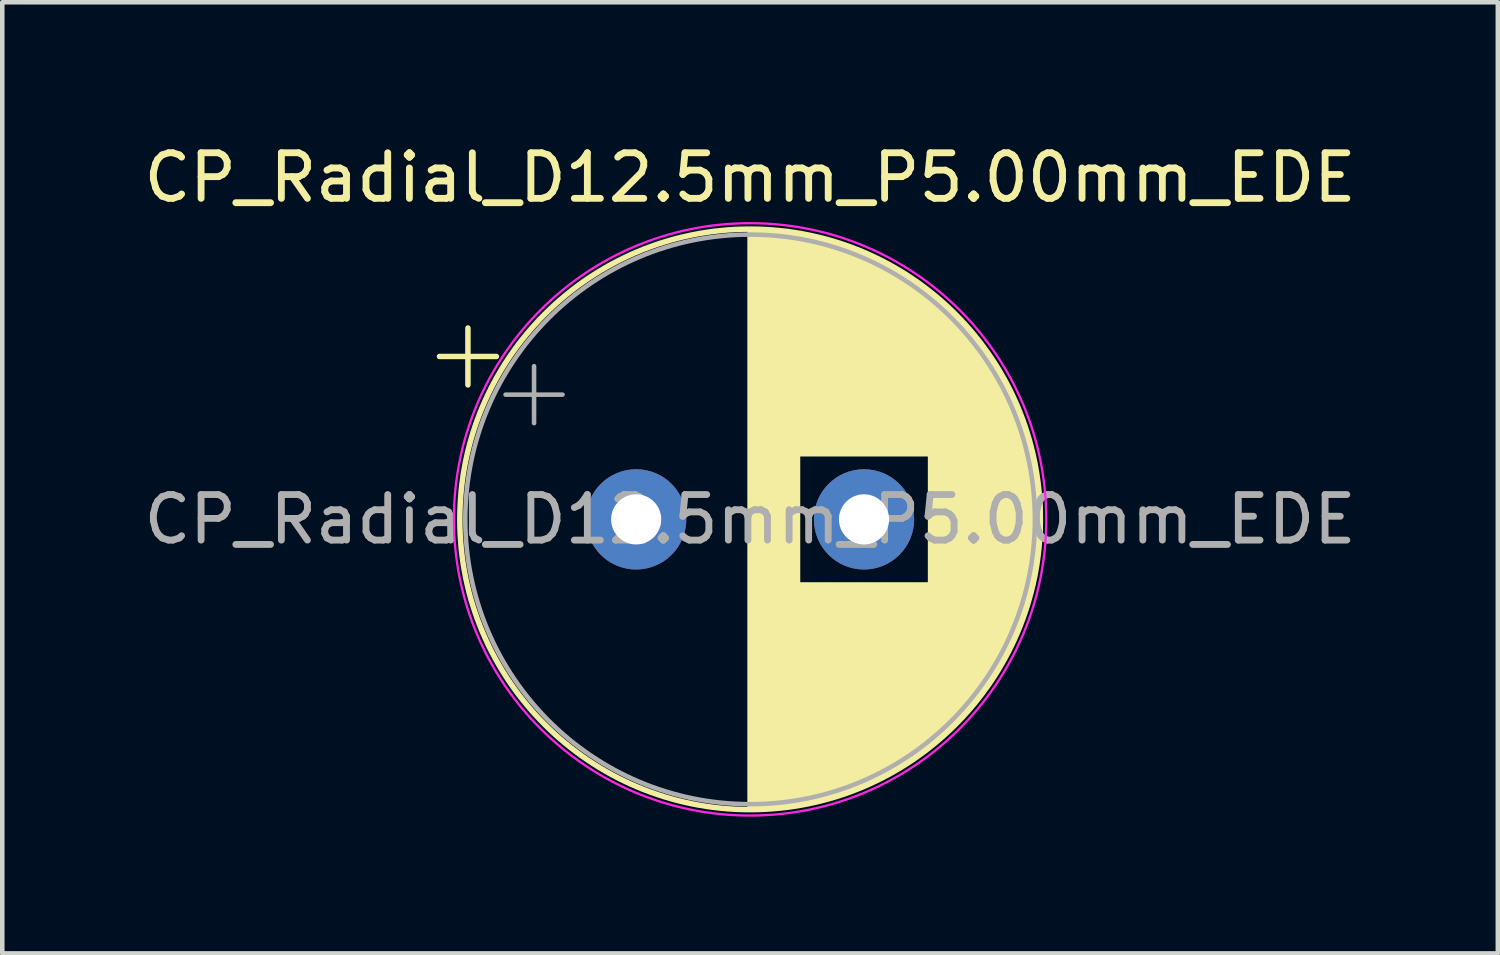
<source format=kicad_pcb>
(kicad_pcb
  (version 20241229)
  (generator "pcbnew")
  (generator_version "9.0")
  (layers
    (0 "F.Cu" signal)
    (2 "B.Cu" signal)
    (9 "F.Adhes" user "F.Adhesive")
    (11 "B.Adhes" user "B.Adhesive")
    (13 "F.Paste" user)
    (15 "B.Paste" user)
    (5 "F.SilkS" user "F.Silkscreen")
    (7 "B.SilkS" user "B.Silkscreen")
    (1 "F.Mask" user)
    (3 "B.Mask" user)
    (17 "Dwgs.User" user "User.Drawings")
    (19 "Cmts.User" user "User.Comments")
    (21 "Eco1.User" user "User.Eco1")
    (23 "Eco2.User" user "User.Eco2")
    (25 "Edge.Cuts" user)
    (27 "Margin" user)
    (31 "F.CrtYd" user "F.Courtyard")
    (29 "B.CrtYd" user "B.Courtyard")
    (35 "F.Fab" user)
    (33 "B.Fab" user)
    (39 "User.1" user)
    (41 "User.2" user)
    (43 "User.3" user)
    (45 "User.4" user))
  (footprint "CP_Radial_D12.5mm_P5.00mm_EDE"
    (layer "F.Cu")
    (at 10.911 8.348)
    (property "Reference" "CP_Radial_D12.5mm_P5.00mm_EDE" (at 2.5 -7.5 0) (layer "F.SilkS") (effects (font (size 1 1) (thickness 0.15))))
    (attr through_hole)
    (fp_line (start -4.317 -3.575) (end -3.067 -3.575) (stroke (width 0.12) (type solid)) (layer "F.SilkS"))
    (fp_line (start -3.692 -4.2) (end -3.692 -2.95) (stroke (width 0.12) (type solid)) (layer "F.SilkS"))
    (fp_line (start 2.5 -6.33) (end 2.5 6.33) (stroke (width 0.12) (type solid)) (layer "F.SilkS"))
    (fp_line (start 2.54 -6.33) (end 2.54 6.33) (stroke (width 0.12) (type solid)) (layer "F.SilkS"))
    (fp_line (start 2.58 -6.33) (end 2.58 6.33) (stroke (width 0.12) (type solid)) (layer "F.SilkS"))
    (fp_line (start 2.62 -6.329) (end 2.62 6.329) (stroke (width 0.12) (type solid)) (layer "F.SilkS"))
    (fp_line (start 2.66 -6.328) (end 2.66 6.328) (stroke (width 0.12) (type solid)) (layer "F.SilkS"))
    (fp_line (start 2.7 -6.327) (end 2.7 6.327) (stroke (width 0.12) (type solid)) (layer "F.SilkS"))
    (fp_line (start 2.74 -6.326) (end 2.74 6.326) (stroke (width 0.12) (type solid)) (layer "F.SilkS"))
    (fp_line (start 2.78 -6.324) (end 2.78 6.324) (stroke (width 0.12) (type solid)) (layer "F.SilkS"))
    (fp_line (start 2.82 -6.322) (end 2.82 6.322) (stroke (width 0.12) (type solid)) (layer "F.SilkS"))
    (fp_line (start 2.86 -6.32) (end 2.86 6.32) (stroke (width 0.12) (type solid)) (layer "F.SilkS"))
    (fp_line (start 2.9 -6.318) (end 2.9 6.318) (stroke (width 0.12) (type solid)) (layer "F.SilkS"))
    (fp_line (start 2.94 -6.315) (end 2.94 6.315) (stroke (width 0.12) (type solid)) (layer "F.SilkS"))
    (fp_line (start 2.98 -6.312) (end 2.98 6.312) (stroke (width 0.12) (type solid)) (layer "F.SilkS"))
    (fp_line (start 3.02 -6.309) (end 3.02 6.309) (stroke (width 0.12) (type solid)) (layer "F.SilkS"))
    (fp_line (start 3.06 -6.306) (end 3.06 6.306) (stroke (width 0.12) (type solid)) (layer "F.SilkS"))
    (fp_line (start 3.1 -6.302) (end 3.1 6.302) (stroke (width 0.12) (type solid)) (layer "F.SilkS"))
    (fp_line (start 3.14 -6.298) (end 3.14 6.298) (stroke (width 0.12) (type solid)) (layer "F.SilkS"))
    (fp_line (start 3.18 -6.294) (end 3.18 6.294) (stroke (width 0.12) (type solid)) (layer "F.SilkS"))
    (fp_line (start 3.221 -6.29) (end 3.221 6.29) (stroke (width 0.12) (type solid)) (layer "F.SilkS"))
    (fp_line (start 3.261 -6.285) (end 3.261 6.285) (stroke (width 0.12) (type solid)) (layer "F.SilkS"))
    (fp_line (start 3.301 -6.28) (end 3.301 6.28) (stroke (width 0.12) (type solid)) (layer "F.SilkS"))
    (fp_line (start 3.341 -6.275) (end 3.341 6.275) (stroke (width 0.12) (type solid)) (layer "F.SilkS"))
    (fp_line (start 3.381 -6.269) (end 3.381 6.269) (stroke (width 0.12) (type solid)) (layer "F.SilkS"))
    (fp_line (start 3.421 -6.264) (end 3.421 6.264) (stroke (width 0.12) (type solid)) (layer "F.SilkS"))
    (fp_line (start 3.461 -6.258) (end 3.461 6.258) (stroke (width 0.12) (type solid)) (layer "F.SilkS"))
    (fp_line (start 3.501 -6.252) (end 3.501 6.252) (stroke (width 0.12) (type solid)) (layer "F.SilkS"))
    (fp_line (start 3.541 -6.245) (end 3.541 6.245) (stroke (width 0.12) (type solid)) (layer "F.SilkS"))
    (fp_line (start 3.581 -6.238) (end 3.581 -1.44) (stroke (width 0.12) (type solid)) (layer "F.SilkS"))
    (fp_line (start 3.581 1.44) (end 3.581 6.238) (stroke (width 0.12) (type solid)) (layer "F.SilkS"))
    (fp_line (start 3.621 -6.231) (end 3.621 -1.44) (stroke (width 0.12) (type solid)) (layer "F.SilkS"))
    (fp_line (start 3.621 1.44) (end 3.621 6.231) (stroke (width 0.12) (type solid)) (layer "F.SilkS"))
    (fp_line (start 3.661 -6.224) (end 3.661 -1.44) (stroke (width 0.12) (type solid)) (layer "F.SilkS"))
    (fp_line (start 3.661 1.44) (end 3.661 6.224) (stroke (width 0.12) (type solid)) (layer "F.SilkS"))
    (fp_line (start 3.701 -6.216) (end 3.701 -1.44) (stroke (width 0.12) (type solid)) (layer "F.SilkS"))
    (fp_line (start 3.701 1.44) (end 3.701 6.216) (stroke (width 0.12) (type solid)) (layer "F.SilkS"))
    (fp_line (start 3.741 -6.209) (end 3.741 -1.44) (stroke (width 0.12) (type solid)) (layer "F.SilkS"))
    (fp_line (start 3.741 1.44) (end 3.741 6.209) (stroke (width 0.12) (type solid)) (layer "F.SilkS"))
    (fp_line (start 3.781 -6.201) (end 3.781 -1.44) (stroke (width 0.12) (type solid)) (layer "F.SilkS"))
    (fp_line (start 3.781 1.44) (end 3.781 6.201) (stroke (width 0.12) (type solid)) (layer "F.SilkS"))
    (fp_line (start 3.821 -6.192) (end 3.821 -1.44) (stroke (width 0.12) (type solid)) (layer "F.SilkS"))
    (fp_line (start 3.821 1.44) (end 3.821 6.192) (stroke (width 0.12) (type solid)) (layer "F.SilkS"))
    (fp_line (start 3.861 -6.184) (end 3.861 -1.44) (stroke (width 0.12) (type solid)) (layer "F.SilkS"))
    (fp_line (start 3.861 1.44) (end 3.861 6.184) (stroke (width 0.12) (type solid)) (layer "F.SilkS"))
    (fp_line (start 3.901 -6.175) (end 3.901 -1.44) (stroke (width 0.12) (type solid)) (layer "F.SilkS"))
    (fp_line (start 3.901 1.44) (end 3.901 6.175) (stroke (width 0.12) (type solid)) (layer "F.SilkS"))
    (fp_line (start 3.941 -6.166) (end 3.941 -1.44) (stroke (width 0.12) (type solid)) (layer "F.SilkS"))
    (fp_line (start 3.941 1.44) (end 3.941 6.166) (stroke (width 0.12) (type solid)) (layer "F.SilkS"))
    (fp_line (start 3.981 -6.156) (end 3.981 -1.44) (stroke (width 0.12) (type solid)) (layer "F.SilkS"))
    (fp_line (start 3.981 1.44) (end 3.981 6.156) (stroke (width 0.12) (type solid)) (layer "F.SilkS"))
    (fp_line (start 4.021 -6.146) (end 4.021 -1.44) (stroke (width 0.12) (type solid)) (layer "F.SilkS"))
    (fp_line (start 4.021 1.44) (end 4.021 6.146) (stroke (width 0.12) (type solid)) (layer "F.SilkS"))
    (fp_line (start 4.061 -6.137) (end 4.061 -1.44) (stroke (width 0.12) (type solid)) (layer "F.SilkS"))
    (fp_line (start 4.061 1.44) (end 4.061 6.137) (stroke (width 0.12) (type solid)) (layer "F.SilkS"))
    (fp_line (start 4.101 -6.126) (end 4.101 -1.44) (stroke (width 0.12) (type solid)) (layer "F.SilkS"))
    (fp_line (start 4.101 1.44) (end 4.101 6.126) (stroke (width 0.12) (type solid)) (layer "F.SilkS"))
    (fp_line (start 4.141 -6.116) (end 4.141 -1.44) (stroke (width 0.12) (type solid)) (layer "F.SilkS"))
    (fp_line (start 4.141 1.44) (end 4.141 6.116) (stroke (width 0.12) (type solid)) (layer "F.SilkS"))
    (fp_line (start 4.181 -6.105) (end 4.181 -1.44) (stroke (width 0.12) (type solid)) (layer "F.SilkS"))
    (fp_line (start 4.181 1.44) (end 4.181 6.105) (stroke (width 0.12) (type solid)) (layer "F.SilkS"))
    (fp_line (start 4.221 -6.094) (end 4.221 -1.44) (stroke (width 0.12) (type solid)) (layer "F.SilkS"))
    (fp_line (start 4.221 1.44) (end 4.221 6.094) (stroke (width 0.12) (type solid)) (layer "F.SilkS"))
    (fp_line (start 4.261 -6.083) (end 4.261 -1.44) (stroke (width 0.12) (type solid)) (layer "F.SilkS"))
    (fp_line (start 4.261 1.44) (end 4.261 6.083) (stroke (width 0.12) (type solid)) (layer "F.SilkS"))
    (fp_line (start 4.301 -6.071) (end 4.301 -1.44) (stroke (width 0.12) (type solid)) (layer "F.SilkS"))
    (fp_line (start 4.301 1.44) (end 4.301 6.071) (stroke (width 0.12) (type solid)) (layer "F.SilkS"))
    (fp_line (start 4.341 -6.059) (end 4.341 -1.44) (stroke (width 0.12) (type solid)) (layer "F.SilkS"))
    (fp_line (start 4.341 1.44) (end 4.341 6.059) (stroke (width 0.12) (type solid)) (layer "F.SilkS"))
    (fp_line (start 4.381 -6.047) (end 4.381 -1.44) (stroke (width 0.12) (type solid)) (layer "F.SilkS"))
    (fp_line (start 4.381 1.44) (end 4.381 6.047) (stroke (width 0.12) (type solid)) (layer "F.SilkS"))
    (fp_line (start 4.421 -6.034) (end 4.421 -1.44) (stroke (width 0.12) (type solid)) (layer "F.SilkS"))
    (fp_line (start 4.421 1.44) (end 4.421 6.034) (stroke (width 0.12) (type solid)) (layer "F.SilkS"))
    (fp_line (start 4.461 -6.021) (end 4.461 -1.44) (stroke (width 0.12) (type solid)) (layer "F.SilkS"))
    (fp_line (start 4.461 1.44) (end 4.461 6.021) (stroke (width 0.12) (type solid)) (layer "F.SilkS"))
    (fp_line (start 4.501 -6.008) (end 4.501 -1.44) (stroke (width 0.12) (type solid)) (layer "F.SilkS"))
    (fp_line (start 4.501 1.44) (end 4.501 6.008) (stroke (width 0.12) (type solid)) (layer "F.SilkS"))
    (fp_line (start 4.541 -5.995) (end 4.541 -1.44) (stroke (width 0.12) (type solid)) (layer "F.SilkS"))
    (fp_line (start 4.541 1.44) (end 4.541 5.995) (stroke (width 0.12) (type solid)) (layer "F.SilkS"))
    (fp_line (start 4.581 -5.981) (end 4.581 -1.44) (stroke (width 0.12) (type solid)) (layer "F.SilkS"))
    (fp_line (start 4.581 1.44) (end 4.581 5.981) (stroke (width 0.12) (type solid)) (layer "F.SilkS"))
    (fp_line (start 4.621 -5.967) (end 4.621 -1.44) (stroke (width 0.12) (type solid)) (layer "F.SilkS"))
    (fp_line (start 4.621 1.44) (end 4.621 5.967) (stroke (width 0.12) (type solid)) (layer "F.SilkS"))
    (fp_line (start 4.661 -5.953) (end 4.661 -1.44) (stroke (width 0.12) (type solid)) (layer "F.SilkS"))
    (fp_line (start 4.661 1.44) (end 4.661 5.953) (stroke (width 0.12) (type solid)) (layer "F.SilkS"))
    (fp_line (start 4.701 -5.939) (end 4.701 -1.44) (stroke (width 0.12) (type solid)) (layer "F.SilkS"))
    (fp_line (start 4.701 1.44) (end 4.701 5.939) (stroke (width 0.12) (type solid)) (layer "F.SilkS"))
    (fp_line (start 4.741 -5.924) (end 4.741 -1.44) (stroke (width 0.12) (type solid)) (layer "F.SilkS"))
    (fp_line (start 4.741 1.44) (end 4.741 5.924) (stroke (width 0.12) (type solid)) (layer "F.SilkS"))
    (fp_line (start 4.781 -5.908) (end 4.781 -1.44) (stroke (width 0.12) (type solid)) (layer "F.SilkS"))
    (fp_line (start 4.781 1.44) (end 4.781 5.908) (stroke (width 0.12) (type solid)) (layer "F.SilkS"))
    (fp_line (start 4.821 -5.893) (end 4.821 -1.44) (stroke (width 0.12) (type solid)) (layer "F.SilkS"))
    (fp_line (start 4.821 1.44) (end 4.821 5.893) (stroke (width 0.12) (type solid)) (layer "F.SilkS"))
    (fp_line (start 4.861 -5.877) (end 4.861 -1.44) (stroke (width 0.12) (type solid)) (layer "F.SilkS"))
    (fp_line (start 4.861 1.44) (end 4.861 5.877) (stroke (width 0.12) (type solid)) (layer "F.SilkS"))
    (fp_line (start 4.901 -5.861) (end 4.901 -1.44) (stroke (width 0.12) (type solid)) (layer "F.SilkS"))
    (fp_line (start 4.901 1.44) (end 4.901 5.861) (stroke (width 0.12) (type solid)) (layer "F.SilkS"))
    (fp_line (start 4.941 -5.845) (end 4.941 -1.44) (stroke (width 0.12) (type solid)) (layer "F.SilkS"))
    (fp_line (start 4.941 1.44) (end 4.941 5.845) (stroke (width 0.12) (type solid)) (layer "F.SilkS"))
    (fp_line (start 4.981 -5.828) (end 4.981 -1.44) (stroke (width 0.12) (type solid)) (layer "F.SilkS"))
    (fp_line (start 4.981 1.44) (end 4.981 5.828) (stroke (width 0.12) (type solid)) (layer "F.SilkS"))
    (fp_line (start 5.021 -5.811) (end 5.021 -1.44) (stroke (width 0.12) (type solid)) (layer "F.SilkS"))
    (fp_line (start 5.021 1.44) (end 5.021 5.811) (stroke (width 0.12) (type solid)) (layer "F.SilkS"))
    (fp_line (start 5.061 -5.793) (end 5.061 -1.44) (stroke (width 0.12) (type solid)) (layer "F.SilkS"))
    (fp_line (start 5.061 1.44) (end 5.061 5.793) (stroke (width 0.12) (type solid)) (layer "F.SilkS"))
    (fp_line (start 5.101 -5.776) (end 5.101 -1.44) (stroke (width 0.12) (type solid)) (layer "F.SilkS"))
    (fp_line (start 5.101 1.44) (end 5.101 5.776) (stroke (width 0.12) (type solid)) (layer "F.SilkS"))
    (fp_line (start 5.141 -5.758) (end 5.141 -1.44) (stroke (width 0.12) (type solid)) (layer "F.SilkS"))
    (fp_line (start 5.141 1.44) (end 5.141 5.758) (stroke (width 0.12) (type solid)) (layer "F.SilkS"))
    (fp_line (start 5.181 -5.739) (end 5.181 -1.44) (stroke (width 0.12) (type solid)) (layer "F.SilkS"))
    (fp_line (start 5.181 1.44) (end 5.181 5.739) (stroke (width 0.12) (type solid)) (layer "F.SilkS"))
    (fp_line (start 5.221 -5.721) (end 5.221 -1.44) (stroke (width 0.12) (type solid)) (layer "F.SilkS"))
    (fp_line (start 5.221 1.44) (end 5.221 5.721) (stroke (width 0.12) (type solid)) (layer "F.SilkS"))
    (fp_line (start 5.261 -5.702) (end 5.261 -1.44) (stroke (width 0.12) (type solid)) (layer "F.SilkS"))
    (fp_line (start 5.261 1.44) (end 5.261 5.702) (stroke (width 0.12) (type solid)) (layer "F.SilkS"))
    (fp_line (start 5.301 -5.682) (end 5.301 -1.44) (stroke (width 0.12) (type solid)) (layer "F.SilkS"))
    (fp_line (start 5.301 1.44) (end 5.301 5.682) (stroke (width 0.12) (type solid)) (layer "F.SilkS"))
    (fp_line (start 5.341 -5.662) (end 5.341 -1.44) (stroke (width 0.12) (type solid)) (layer "F.SilkS"))
    (fp_line (start 5.341 1.44) (end 5.341 5.662) (stroke (width 0.12) (type solid)) (layer "F.SilkS"))
    (fp_line (start 5.381 -5.642) (end 5.381 -1.44) (stroke (width 0.12) (type solid)) (layer "F.SilkS"))
    (fp_line (start 5.381 1.44) (end 5.381 5.642) (stroke (width 0.12) (type solid)) (layer "F.SilkS"))
    (fp_line (start 5.421 -5.622) (end 5.421 -1.44) (stroke (width 0.12) (type solid)) (layer "F.SilkS"))
    (fp_line (start 5.421 1.44) (end 5.421 5.622) (stroke (width 0.12) (type solid)) (layer "F.SilkS"))
    (fp_line (start 5.461 -5.601) (end 5.461 -1.44) (stroke (width 0.12) (type solid)) (layer "F.SilkS"))
    (fp_line (start 5.461 1.44) (end 5.461 5.601) (stroke (width 0.12) (type solid)) (layer "F.SilkS"))
    (fp_line (start 5.501 -5.58) (end 5.501 -1.44) (stroke (width 0.12) (type solid)) (layer "F.SilkS"))
    (fp_line (start 5.501 1.44) (end 5.501 5.58) (stroke (width 0.12) (type solid)) (layer "F.SilkS"))
    (fp_line (start 5.541 -5.558) (end 5.541 -1.44) (stroke (width 0.12) (type solid)) (layer "F.SilkS"))
    (fp_line (start 5.541 1.44) (end 5.541 5.558) (stroke (width 0.12) (type solid)) (layer "F.SilkS"))
    (fp_line (start 5.581 -5.536) (end 5.581 -1.44) (stroke (width 0.12) (type solid)) (layer "F.SilkS"))
    (fp_line (start 5.581 1.44) (end 5.581 5.536) (stroke (width 0.12) (type solid)) (layer "F.SilkS"))
    (fp_line (start 5.621 -5.514) (end 5.621 -1.44) (stroke (width 0.12) (type solid)) (layer "F.SilkS"))
    (fp_line (start 5.621 1.44) (end 5.621 5.514) (stroke (width 0.12) (type solid)) (layer "F.SilkS"))
    (fp_line (start 5.661 -5.491) (end 5.661 -1.44) (stroke (width 0.12) (type solid)) (layer "F.SilkS"))
    (fp_line (start 5.661 1.44) (end 5.661 5.491) (stroke (width 0.12) (type solid)) (layer "F.SilkS"))
    (fp_line (start 5.701 -5.468) (end 5.701 -1.44) (stroke (width 0.12) (type solid)) (layer "F.SilkS"))
    (fp_line (start 5.701 1.44) (end 5.701 5.468) (stroke (width 0.12) (type solid)) (layer "F.SilkS"))
    (fp_line (start 5.741 -5.445) (end 5.741 -1.44) (stroke (width 0.12) (type solid)) (layer "F.SilkS"))
    (fp_line (start 5.741 1.44) (end 5.741 5.445) (stroke (width 0.12) (type solid)) (layer "F.SilkS"))
    (fp_line (start 5.781 -5.421) (end 5.781 -1.44) (stroke (width 0.12) (type solid)) (layer "F.SilkS"))
    (fp_line (start 5.781 1.44) (end 5.781 5.421) (stroke (width 0.12) (type solid)) (layer "F.SilkS"))
    (fp_line (start 5.821 -5.397) (end 5.821 -1.44) (stroke (width 0.12) (type solid)) (layer "F.SilkS"))
    (fp_line (start 5.821 1.44) (end 5.821 5.397) (stroke (width 0.12) (type solid)) (layer "F.SilkS"))
    (fp_line (start 5.861 -5.372) (end 5.861 -1.44) (stroke (width 0.12) (type solid)) (layer "F.SilkS"))
    (fp_line (start 5.861 1.44) (end 5.861 5.372) (stroke (width 0.12) (type solid)) (layer "F.SilkS"))
    (fp_line (start 5.901 -5.347) (end 5.901 -1.44) (stroke (width 0.12) (type solid)) (layer "F.SilkS"))
    (fp_line (start 5.901 1.44) (end 5.901 5.347) (stroke (width 0.12) (type solid)) (layer "F.SilkS"))
    (fp_line (start 5.941 -5.322) (end 5.941 -1.44) (stroke (width 0.12) (type solid)) (layer "F.SilkS"))
    (fp_line (start 5.941 1.44) (end 5.941 5.322) (stroke (width 0.12) (type solid)) (layer "F.SilkS"))
    (fp_line (start 5.981 -5.296) (end 5.981 -1.44) (stroke (width 0.12) (type solid)) (layer "F.SilkS"))
    (fp_line (start 5.981 1.44) (end 5.981 5.296) (stroke (width 0.12) (type solid)) (layer "F.SilkS"))
    (fp_line (start 6.021 -5.27) (end 6.021 -1.44) (stroke (width 0.12) (type solid)) (layer "F.SilkS"))
    (fp_line (start 6.021 1.44) (end 6.021 5.27) (stroke (width 0.12) (type solid)) (layer "F.SilkS"))
    (fp_line (start 6.061 -5.243) (end 6.061 -1.44) (stroke (width 0.12) (type solid)) (layer "F.SilkS"))
    (fp_line (start 6.061 1.44) (end 6.061 5.243) (stroke (width 0.12) (type solid)) (layer "F.SilkS"))
    (fp_line (start 6.101 -5.216) (end 6.101 -1.44) (stroke (width 0.12) (type solid)) (layer "F.SilkS"))
    (fp_line (start 6.101 1.44) (end 6.101 5.216) (stroke (width 0.12) (type solid)) (layer "F.SilkS"))
    (fp_line (start 6.141 -5.188) (end 6.141 -1.44) (stroke (width 0.12) (type solid)) (layer "F.SilkS"))
    (fp_line (start 6.141 1.44) (end 6.141 5.188) (stroke (width 0.12) (type solid)) (layer "F.SilkS"))
    (fp_line (start 6.181 -5.16) (end 6.181 -1.44) (stroke (width 0.12) (type solid)) (layer "F.SilkS"))
    (fp_line (start 6.181 1.44) (end 6.181 5.16) (stroke (width 0.12) (type solid)) (layer "F.SilkS"))
    (fp_line (start 6.221 -5.131) (end 6.221 -1.44) (stroke (width 0.12) (type solid)) (layer "F.SilkS"))
    (fp_line (start 6.221 1.44) (end 6.221 5.131) (stroke (width 0.12) (type solid)) (layer "F.SilkS"))
    (fp_line (start 6.261 -5.102) (end 6.261 -1.44) (stroke (width 0.12) (type solid)) (layer "F.SilkS"))
    (fp_line (start 6.261 1.44) (end 6.261 5.102) (stroke (width 0.12) (type solid)) (layer "F.SilkS"))
    (fp_line (start 6.301 -5.073) (end 6.301 -1.44) (stroke (width 0.12) (type solid)) (layer "F.SilkS"))
    (fp_line (start 6.301 1.44) (end 6.301 5.073) (stroke (width 0.12) (type solid)) (layer "F.SilkS"))
    (fp_line (start 6.341 -5.043) (end 6.341 -1.44) (stroke (width 0.12) (type solid)) (layer "F.SilkS"))
    (fp_line (start 6.341 1.44) (end 6.341 5.043) (stroke (width 0.12) (type solid)) (layer "F.SilkS"))
    (fp_line (start 6.381 -5.012) (end 6.381 -1.44) (stroke (width 0.12) (type solid)) (layer "F.SilkS"))
    (fp_line (start 6.381 1.44) (end 6.381 5.012) (stroke (width 0.12) (type solid)) (layer "F.SilkS"))
    (fp_line (start 6.421 -4.982) (end 6.421 -1.44) (stroke (width 0.12) (type solid)) (layer "F.SilkS"))
    (fp_line (start 6.421 1.44) (end 6.421 4.982) (stroke (width 0.12) (type solid)) (layer "F.SilkS"))
    (fp_line (start 6.461 -4.95) (end 6.461 4.95) (stroke (width 0.12) (type solid)) (layer "F.SilkS"))
    (fp_line (start 6.501 -4.918) (end 6.501 4.918) (stroke (width 0.12) (type solid)) (layer "F.SilkS"))
    (fp_line (start 6.541 -4.885) (end 6.541 4.885) (stroke (width 0.12) (type solid)) (layer "F.SilkS"))
    (fp_line (start 6.581 -4.852) (end 6.581 4.852) (stroke (width 0.12) (type solid)) (layer "F.SilkS"))
    (fp_line (start 6.621 -4.819) (end 6.621 4.819) (stroke (width 0.12) (type solid)) (layer "F.SilkS"))
    (fp_line (start 6.661 -4.785) (end 6.661 4.785) (stroke (width 0.12) (type solid)) (layer "F.SilkS"))
    (fp_line (start 6.701 -4.75) (end 6.701 4.75) (stroke (width 0.12) (type solid)) (layer "F.SilkS"))
    (fp_line (start 6.741 -4.714) (end 6.741 4.714) (stroke (width 0.12) (type solid)) (layer "F.SilkS"))
    (fp_line (start 6.781 -4.678) (end 6.781 4.678) (stroke (width 0.12) (type solid)) (layer "F.SilkS"))
    (fp_line (start 6.821 -4.642) (end 6.821 4.642) (stroke (width 0.12) (type solid)) (layer "F.SilkS"))
    (fp_line (start 6.861 -4.605) (end 6.861 4.605) (stroke (width 0.12) (type solid)) (layer "F.SilkS"))
    (fp_line (start 6.901 -4.567) (end 6.901 4.567) (stroke (width 0.12) (type solid)) (layer "F.SilkS"))
    (fp_line (start 6.941 -4.528) (end 6.941 4.528) (stroke (width 0.12) (type solid)) (layer "F.SilkS"))
    (fp_line (start 6.981 -4.489) (end 6.981 4.489) (stroke (width 0.12) (type solid)) (layer "F.SilkS"))
    (fp_line (start 7.021 -4.449) (end 7.021 4.449) (stroke (width 0.12) (type solid)) (layer "F.SilkS"))
    (fp_line (start 7.061 -4.408) (end 7.061 4.408) (stroke (width 0.12) (type solid)) (layer "F.SilkS"))
    (fp_line (start 7.101 -4.367) (end 7.101 4.367) (stroke (width 0.12) (type solid)) (layer "F.SilkS"))
    (fp_line (start 7.141 -4.325) (end 7.141 4.325) (stroke (width 0.12) (type solid)) (layer "F.SilkS"))
    (fp_line (start 7.181 -4.282) (end 7.181 4.282) (stroke (width 0.12) (type solid)) (layer "F.SilkS"))
    (fp_line (start 7.221 -4.238) (end 7.221 4.238) (stroke (width 0.12) (type solid)) (layer "F.SilkS"))
    (fp_line (start 7.261 -4.194) (end 7.261 4.194) (stroke (width 0.12) (type solid)) (layer "F.SilkS"))
    (fp_line (start 7.301 -4.148) (end 7.301 4.148) (stroke (width 0.12) (type solid)) (layer "F.SilkS"))
    (fp_line (start 7.341 -4.102) (end 7.341 4.102) (stroke (width 0.12) (type solid)) (layer "F.SilkS"))
    (fp_line (start 7.381 -4.055) (end 7.381 4.055) (stroke (width 0.12) (type solid)) (layer "F.SilkS"))
    (fp_line (start 7.421 -4.007) (end 7.421 4.007) (stroke (width 0.12) (type solid)) (layer "F.SilkS"))
    (fp_line (start 7.461 -3.957) (end 7.461 3.957) (stroke (width 0.12) (type solid)) (layer "F.SilkS"))
    (fp_line (start 7.501 -3.907) (end 7.501 3.907) (stroke (width 0.12) (type solid)) (layer "F.SilkS"))
    (fp_line (start 7.541 -3.856) (end 7.541 3.856) (stroke (width 0.12) (type solid)) (layer "F.SilkS"))
    (fp_line (start 7.581 -3.804) (end 7.581 3.804) (stroke (width 0.12) (type solid)) (layer "F.SilkS"))
    (fp_line (start 7.621 -3.75) (end 7.621 3.75) (stroke (width 0.12) (type solid)) (layer "F.SilkS"))
    (fp_line (start 7.661 -3.696) (end 7.661 3.696) (stroke (width 0.12) (type solid)) (layer "F.SilkS"))
    (fp_line (start 7.701 -3.64) (end 7.701 3.64) (stroke (width 0.12) (type solid)) (layer "F.SilkS"))
    (fp_line (start 7.741 -3.583) (end 7.741 3.583) (stroke (width 0.12) (type solid)) (layer "F.SilkS"))
    (fp_line (start 7.781 -3.524) (end 7.781 3.524) (stroke (width 0.12) (type solid)) (layer "F.SilkS"))
    (fp_line (start 7.821 -3.464) (end 7.821 3.464) (stroke (width 0.12) (type solid)) (layer "F.SilkS"))
    (fp_line (start 7.861 -3.402) (end 7.861 3.402) (stroke (width 0.12) (type solid)) (layer "F.SilkS"))
    (fp_line (start 7.901 -3.339) (end 7.901 3.339) (stroke (width 0.12) (type solid)) (layer "F.SilkS"))
    (fp_line (start 7.941 -3.275) (end 7.941 3.275) (stroke (width 0.12) (type solid)) (layer "F.SilkS"))
    (fp_line (start 7.981 -3.208) (end 7.981 3.208) (stroke (width 0.12) (type solid)) (layer "F.SilkS"))
    (fp_line (start 8.021 -3.14) (end 8.021 3.14) (stroke (width 0.12) (type solid)) (layer "F.SilkS"))
    (fp_line (start 8.061 -3.069) (end 8.061 3.069) (stroke (width 0.12) (type solid)) (layer "F.SilkS"))
    (fp_line (start 8.101 -2.996) (end 8.101 2.996) (stroke (width 0.12) (type solid)) (layer "F.SilkS"))
    (fp_line (start 8.141 -2.921) (end 8.141 2.921) (stroke (width 0.12) (type solid)) (layer "F.SilkS"))
    (fp_line (start 8.181 -2.844) (end 8.181 2.844) (stroke (width 0.12) (type solid)) (layer "F.SilkS"))
    (fp_line (start 8.221 -2.764) (end 8.221 2.764) (stroke (width 0.12) (type solid)) (layer "F.SilkS"))
    (fp_line (start 8.261 -2.681) (end 8.261 2.681) (stroke (width 0.12) (type solid)) (layer "F.SilkS"))
    (fp_line (start 8.301 -2.594) (end 8.301 2.594) (stroke (width 0.12) (type solid)) (layer "F.SilkS"))
    (fp_line (start 8.341 -2.504) (end 8.341 2.504) (stroke (width 0.12) (type solid)) (layer "F.SilkS"))
    (fp_line (start 8.381 -2.41) (end 8.381 2.41) (stroke (width 0.12) (type solid)) (layer "F.SilkS"))
    (fp_line (start 8.421 -2.312) (end 8.421 2.312) (stroke (width 0.12) (type solid)) (layer "F.SilkS"))
    (fp_line (start 8.461 -2.209) (end 8.461 2.209) (stroke (width 0.12) (type solid)) (layer "F.SilkS"))
    (fp_line (start 8.501 -2.1) (end 8.501 2.1) (stroke (width 0.12) (type solid)) (layer "F.SilkS"))
    (fp_line (start 8.541 -1.984) (end 8.541 1.984) (stroke (width 0.12) (type solid)) (layer "F.SilkS"))
    (fp_line (start 8.581 -1.861) (end 8.581 1.861) (stroke (width 0.12) (type solid)) (layer "F.SilkS"))
    (fp_line (start 8.621 -1.728) (end 8.621 1.728) (stroke (width 0.12) (type solid)) (layer "F.SilkS"))
    (fp_line (start 8.661 -1.583) (end 8.661 1.583) (stroke (width 0.12) (type solid)) (layer "F.SilkS"))
    (fp_line (start 8.701 -1.422) (end 8.701 1.422) (stroke (width 0.12) (type solid)) (layer "F.SilkS"))
    (fp_line (start 8.741 -1.241) (end 8.741 1.241) (stroke (width 0.12) (type solid)) (layer "F.SilkS"))
    (fp_line (start 8.781 -1.028) (end 8.781 1.028) (stroke (width 0.12) (type solid)) (layer "F.SilkS"))
    (fp_line (start 8.821 -0.757) (end 8.821 0.757) (stroke (width 0.12) (type solid)) (layer "F.SilkS"))
    (fp_line (start 8.861 -0.317) (end 8.861 0.317) (stroke (width 0.12) (type solid)) (layer "F.SilkS"))
    (fp_circle (center 2.5 0) (end 8.87 0) (stroke (width 0.12) (type solid)) (fill no) (layer "F.SilkS"))
    (fp_circle (center 2.5 0) (end 9 0) (stroke (width 0.05) (type solid)) (fill no) (layer "F.CrtYd"))
    (fp_line (start -2.866 -2.737) (end -1.616 -2.737) (stroke (width 0.1) (type solid)) (layer "F.Fab"))
    (fp_line (start -2.241 -3.362) (end -2.241 -2.112) (stroke (width 0.1) (type solid)) (layer "F.Fab"))
    (fp_circle (center 2.5 0) (end 8.75 0) (stroke (width 0.1) (type solid)) (fill no) (layer "F.Fab"))
    (fp_text user "${REFERENCE}" (at 2.5 0 0) (layer "F.Fab") (effects (font (size 1 1) (thickness 0.15))))
    (pad "1" thru_hole circle (at 0 0) (size 2.2 2.2) (drill 1.1) (layers "*.Cu" "*.Mask"))
    (pad "2" thru_hole circle (at 5 0) (size 2.2 2.2) (drill 1.1) (layers "*.Cu" "*.Mask")))
  (gr_rect
    (start -3 -3)
    (end 29.821 17.873)
    (stroke (width 0.1) (type default))
    (fill no)
    (layer "Edge.Cuts")))
</source>
